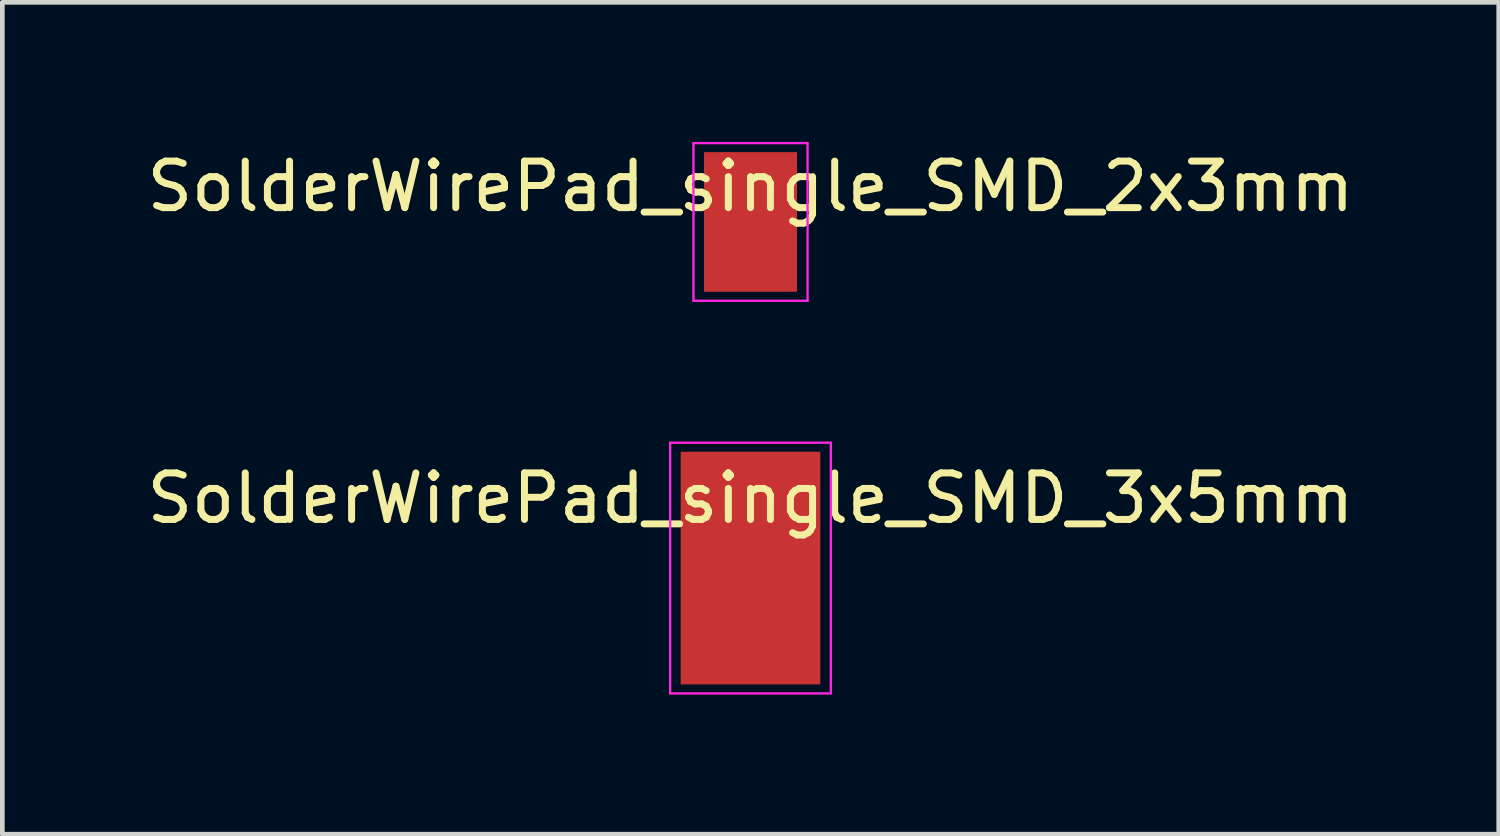
<source format=kicad_pcb>
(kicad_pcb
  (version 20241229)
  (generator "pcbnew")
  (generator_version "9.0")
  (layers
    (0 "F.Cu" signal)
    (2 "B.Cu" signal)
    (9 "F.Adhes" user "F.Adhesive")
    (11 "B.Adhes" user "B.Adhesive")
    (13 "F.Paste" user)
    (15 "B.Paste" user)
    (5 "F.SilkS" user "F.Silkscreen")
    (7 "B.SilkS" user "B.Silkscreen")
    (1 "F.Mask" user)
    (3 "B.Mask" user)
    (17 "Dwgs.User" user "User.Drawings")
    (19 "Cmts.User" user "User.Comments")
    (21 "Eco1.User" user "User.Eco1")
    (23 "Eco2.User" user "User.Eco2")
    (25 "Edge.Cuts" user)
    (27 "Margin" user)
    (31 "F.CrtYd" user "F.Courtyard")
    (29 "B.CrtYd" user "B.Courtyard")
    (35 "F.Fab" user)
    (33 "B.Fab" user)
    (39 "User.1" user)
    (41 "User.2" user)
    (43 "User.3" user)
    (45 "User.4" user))
  (footprint "SolderWirePad_single_SMD_2x3mm"
    (layer "F.Cu")
    (at 13.077 1.719)
    (property "Reference" "SolderWirePad_single_SMD_2x3mm" (at 0 -0.762 0) (layer "F.SilkS") (effects (font (size 1 1) (thickness 0.15))))
    (attr smd)
    (fp_line (start -1.226 -1.694) (end -1.226 1.694) (stroke (width 0.05) (type solid)) (layer "F.CrtYd"))
    (fp_line (start -1.226 1.694) (end 1.226 1.694) (stroke (width 0.05) (type solid)) (layer "F.CrtYd"))
    (fp_line (start 1.226 -1.694) (end -1.226 -1.694) (stroke (width 0.05) (type solid)) (layer "F.CrtYd"))
    (fp_line (start 1.226 1.694) (end 1.226 -1.694) (stroke (width 0.05) (type solid)) (layer "F.CrtYd"))
    (pad "1" smd rect (at 0 0) (size 2 3) (layers "F.Cu" "F.Mask" "F.Paste")))
  (footprint "SolderWirePad_single_SMD_3x5mm"
    (layer "F.Cu")
    (at 13.077 9.157)
    (property "Reference" "SolderWirePad_single_SMD_3x5mm" (at 0 -1.5 0) (layer "F.SilkS") (effects (font (size 1 1) (thickness 0.15))))
    (attr smd)
    (fp_line (start -1.726 -2.694) (end -1.726 2.694) (stroke (width 0.05) (type solid)) (layer "F.CrtYd"))
    (fp_line (start -1.726 2.694) (end 1.726 2.694) (stroke (width 0.05) (type solid)) (layer "F.CrtYd"))
    (fp_line (start 1.726 -2.694) (end -1.726 -2.694) (stroke (width 0.05) (type solid)) (layer "F.CrtYd"))
    (fp_line (start 1.726 2.694) (end 1.726 -2.694) (stroke (width 0.05) (type solid)) (layer "F.CrtYd"))
    (pad "1" smd rect (at 0 0) (size 3 5) (layers "F.Cu" "F.Mask" "F.Paste")))
  (gr_rect
    (start -3 -3)
    (end 29.155 14.876)
    (stroke (width 0.1) (type default))
    (fill no)
    (layer "Edge.Cuts")))
</source>
